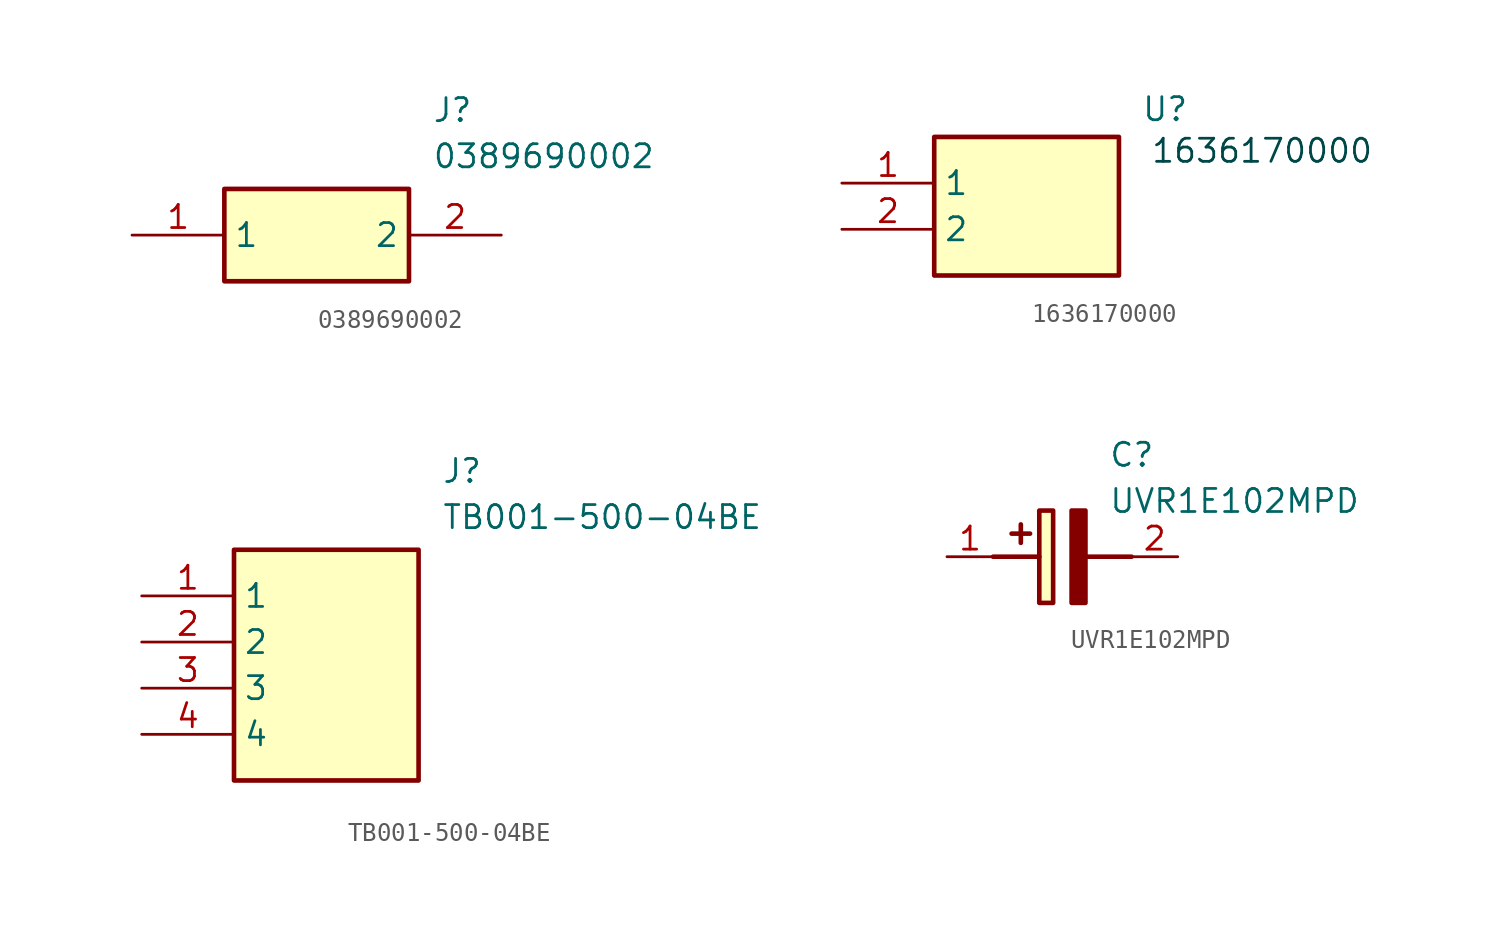
<source format=kicad_sym>
(kicad_symbol_lib
  (version 20231120)
  (generator "kicad_symbol_editor")
  (generator_version "8.0")
  (symbol "0389690002"
    (property "Reference" "J"
      (at 16.51 7.62 0)
      (effects (font (size 1.27 1.27)) (justify left top)))
    (property "Value" "0389690002"
      (at 16.51 5.08 0)
      (effects (font (size 1.27 1.27)) (justify left top)))
    (symbol "0389690002_1_1"
      (rectangle (start 5.08 2.54) (end 15.24 -2.54) (stroke (width 0.254) (type default)) (fill (type background)))
      (pin passive line (at 0 0 0) (length 5.08) (name "1" (effects (font (size 1.27 1.27)))) (number "1" (effects (font (size 1.27 1.27)))))
      (pin passive line (at 20.32 0 180) (length 5.08) (name "2" (effects (font (size 1.27 1.27)))) (number "2" (effects (font (size 1.27 1.27)))))))
  (symbol "1636170000"
    (property "Reference" "U"
      (at 17.78 4.064 0)
      (effects (font (size 1.27 1.27))))
    (property "Value" ""
      (at 10.16 -3.81 0)
      (effects (font (size 1.27 1.27))))
    (symbol "1636170000_1_1"
      (rectangle (start 5.08 2.54) (end 15.24 -5.08) (stroke (width 0.254) (type default)) (fill (type background)))
      (text "1636170000" (at 23.114 1.778 0) (effects (font (size 1.27 1.27) (color 0 72 72 1))))
      (pin passive line (at 0 0 0) (length 5.08) (name "1" (effects (font (size 1.27 1.27)))) (number "1" (effects (font (size 1.27 1.27)))))
      (pin passive line (at 0 -2.54 0) (length 5.08) (name "2" (effects (font (size 1.27 1.27)))) (number "2" (effects (font (size 1.27 1.27)))))))
  (symbol "TB001-500-04BE"
    (property "Reference" "J"
      (at 16.51 7.62 0)
      (effects (font (size 1.27 1.27)) (justify left top)))
    (property "Value" "TB001-500-04BE"
      (at 16.51 5.08 0)
      (effects (font (size 1.27 1.27)) (justify left top)))
    (symbol "TB001-500-04BE_1_1"
      (rectangle (start 5.08 2.54) (end 15.24 -10.16) (stroke (width 0.254) (type default)) (fill (type background)))
      (pin passive line (at 0 0 0) (length 5.08) (name "1" (effects (font (size 1.27 1.27)))) (number "1" (effects (font (size 1.27 1.27)))))
      (pin passive line (at 0 -2.54 0) (length 5.08) (name "2" (effects (font (size 1.27 1.27)))) (number "2" (effects (font (size 1.27 1.27)))))
      (pin passive line (at 0 -5.08 0) (length 5.08) (name "3" (effects (font (size 1.27 1.27)))) (number "3" (effects (font (size 1.27 1.27)))))
      (pin passive line (at 0 -7.62 0) (length 5.08) (name "4" (effects (font (size 1.27 1.27)))) (number "4" (effects (font (size 1.27 1.27)))))))
  (symbol "UVR1E102MPD"
    (pin_names hide)
    (property "Reference" "C"
      (at 8.89 6.35 0)
      (effects (font (size 1.27 1.27)) (justify left top)))
    (property "Value" "UVR1E102MPD"
      (at 8.89 3.81 0)
      (effects (font (size 1.27 1.27)) (justify left top)))
    (symbol "UVR1E102MPD_1_1"
      (polyline (pts (xy 2.54 0) (xy 5.08 0)) (stroke (width 0.254) (type default)) (fill (type none)))
      (polyline (pts (xy 4.064 1.778) (xy 4.064 0.762)) (stroke (width 0.254) (type default)) (fill (type none)))
      (polyline (pts (xy 4.572 1.27) (xy 3.556 1.27)) (stroke (width 0.254) (type default)) (fill (type none)))
      (polyline (pts (xy 7.62 0) (xy 10.16 0)) (stroke (width 0.254) (type default)) (fill (type none)))
      (polyline (pts (xy 7.62 2.54) (xy 7.62 -2.54) (xy 6.858 -2.54) (xy 6.858 2.54) (xy 7.62 2.54)) (stroke (width 0.254) (type default)) (fill (type outline)))
      (rectangle (start 5.08 2.54) (end 5.842 -2.54) (stroke (width 0.254) (type default)) (fill (type background)))
      (pin passive line (at 0 0 0) (length 2.54) (name "+" (effects (font (size 1.27 1.27)))) (number "1" (effects (font (size 1.27 1.27)))))
      (pin passive line (at 12.7 0 180) (length 2.54) (name "-" (effects (font (size 1.27 1.27)))) (number "2" (effects (font (size 1.27 1.27))))))))
</source>
